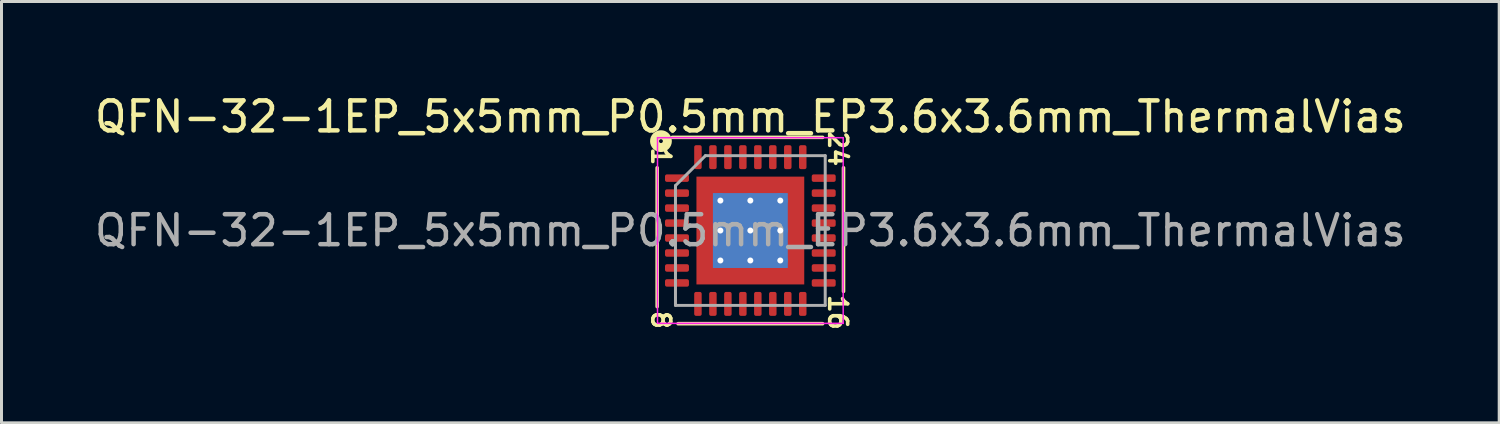
<source format=kicad_pcb>
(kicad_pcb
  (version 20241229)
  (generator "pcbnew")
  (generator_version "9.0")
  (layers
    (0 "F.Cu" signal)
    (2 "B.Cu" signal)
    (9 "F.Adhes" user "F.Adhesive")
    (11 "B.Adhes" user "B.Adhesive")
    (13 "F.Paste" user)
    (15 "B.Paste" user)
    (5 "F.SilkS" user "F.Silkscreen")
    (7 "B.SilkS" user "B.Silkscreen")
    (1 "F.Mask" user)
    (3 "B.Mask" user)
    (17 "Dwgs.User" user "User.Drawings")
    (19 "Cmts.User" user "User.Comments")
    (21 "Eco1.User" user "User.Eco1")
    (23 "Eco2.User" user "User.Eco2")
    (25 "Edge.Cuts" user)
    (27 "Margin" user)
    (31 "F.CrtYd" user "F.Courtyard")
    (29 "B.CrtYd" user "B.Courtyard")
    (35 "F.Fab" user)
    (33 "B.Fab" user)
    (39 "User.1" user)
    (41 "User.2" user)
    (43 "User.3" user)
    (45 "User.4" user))
  (footprint "QFN-32-1EP_5x5mm_P0.5mm_EP3.6x3.6mm_ThermalVias"
    (layer "F.Cu")
    (at 22.006 4.648)
    (property "Reference" "QFN-32-1EP_5x5mm_P0.5mm_EP3.6x3.6mm_ThermalVias" (at 0 -3.8 0) (layer "F.SilkS") (effects (font (size 1 1) (thickness 0.15))))
    (attr smd)
    (fp_line (start -3.111 -2.095) (end -3.111 2.54) (stroke (width 0.12) (type solid)) (layer "F.SilkS"))
    (fp_line (start -2.413 3.111) (end 2.413 3.111) (stroke (width 0.12) (type solid)) (layer "F.SilkS"))
    (fp_line (start 2.413 -3.111) (end -2.603 -3.111) (stroke (width 0.12) (type solid)) (layer "F.SilkS"))
    (fp_line (start 3.111 2.032) (end 3.111 -2.095) (stroke (width 0.12) (type solid)) (layer "F.SilkS"))
    (fp_circle (center -2.985 -2.985) (end -2.921 -2.985) (stroke (width 0.3) (type solid)) (fill no) (layer "F.SilkS"))
    (fp_line (start -3.1 -3.1) (end -3.1 3.1) (stroke (width 0.05) (type solid)) (layer "F.CrtYd"))
    (fp_line (start -3.1 3.1) (end 3.1 3.1) (stroke (width 0.05) (type solid)) (layer "F.CrtYd"))
    (fp_line (start 3.1 -3.1) (end -3.1 -3.1) (stroke (width 0.05) (type solid)) (layer "F.CrtYd"))
    (fp_line (start 3.1 3.1) (end 3.1 -3.1) (stroke (width 0.05) (type solid)) (layer "F.CrtYd"))
    (fp_line (start -2.5 -1.5) (end -1.5 -2.5) (stroke (width 0.1) (type solid)) (layer "F.Fab"))
    (fp_line (start -2.5 2.5) (end -2.5 -1.5) (stroke (width 0.1) (type solid)) (layer "F.Fab"))
    (fp_line (start -1.5 -2.5) (end 2.5 -2.5) (stroke (width 0.1) (type solid)) (layer "F.Fab"))
    (fp_line (start 2.5 -2.5) (end 2.5 2.5) (stroke (width 0.1) (type solid)) (layer "F.Fab"))
    (fp_line (start 2.5 2.5) (end -2.5 2.5) (stroke (width 0.1) (type solid)) (layer "F.Fab"))
    (fp_text user "24" (at 2.921 -2.731 270) (unlocked yes) (layer "F.SilkS") (effects (font (size 0.6 0.6) (thickness 0.12))))
    (fp_text user "16" (at 2.921 2.731 270) (unlocked yes) (layer "F.SilkS") (effects (font (size 0.6 0.6) (thickness 0.12))))
    (fp_text user "1" (at -2.985 -2.477 270) (unlocked yes) (layer "F.SilkS") (effects (font (size 0.6 0.6) (thickness 0.12))))
    (fp_text user "8" (at -2.985 2.985 270) (unlocked yes) (layer "F.SilkS") (effects (font (size 0.6 0.6) (thickness 0.12))))
    (fp_text user "${REFERENCE}" (at 0 0 0) (layer "F.Fab") (effects (font (size 1 1) (thickness 0.15))))
    (pad "" smd custom (at -1.4 -1.4) (size 0.555 0.555) (layers "F.Paste") (options (anchor circle)) (primitives (gr_poly (pts (xy 0.232 0.157) (xy 0.157 0.232) (xy -0.232 0.232) (xy -0.232 -0.232) (xy 0.232 -0.232)) (width 0.181) (fill yes))))
    (pad "" smd custom (at -1.4 -0.5) (size 0.568 0.568) (layers "F.Paste") (options (anchor circle)) (primitives (gr_poly (pts (xy 0.246 -0.263) (xy 0.246 0.263) (xy 0.182 0.326) (xy -0.246 0.326) (xy -0.246 -0.326) (xy 0.182 -0.326)) (width 0.153) (fill yes))))
    (pad "" smd custom (at -1.4 0.5) (size 0.568 0.568) (layers "F.Paste") (options (anchor circle)) (primitives (gr_poly (pts (xy 0.246 -0.263) (xy 0.246 0.263) (xy 0.182 0.326) (xy -0.246 0.326) (xy -0.246 -0.326) (xy 0.182 -0.326)) (width 0.153) (fill yes))))
    (pad "" smd custom (at -1.4 1.4) (size 0.555 0.555) (layers "F.Paste") (options (anchor circle)) (primitives (gr_poly (pts (xy 0.232 -0.157) (xy 0.232 0.232) (xy -0.232 0.232) (xy -0.232 -0.232) (xy 0.157 -0.232)) (width 0.181) (fill yes))))
    (pad "" smd custom (at -0.5 -1.4) (size 0.568 0.568) (layers "F.Paste") (options (anchor circle)) (primitives (gr_poly (pts (xy 0.326 0.182) (xy 0.263 0.246) (xy -0.263 0.246) (xy -0.326 0.182) (xy -0.326 -0.246) (xy 0.326 -0.246)) (width 0.153) (fill yes))))
    (pad "" smd roundrect (at -0.5 -0.5) (size 0.806 0.806) (layers "F.Paste") (roundrect_rratio 0.25))
    (pad "" smd roundrect (at -0.5 0.5) (size 0.806 0.806) (layers "F.Paste") (roundrect_rratio 0.25))
    (pad "" smd custom (at -0.5 1.4) (size 0.568 0.568) (layers "F.Paste") (options (anchor circle)) (primitives (gr_poly (pts (xy 0.326 -0.182) (xy 0.326 0.246) (xy -0.326 0.246) (xy -0.326 -0.182) (xy -0.263 -0.246) (xy 0.263 -0.246)) (width 0.153) (fill yes))))
    (pad "" smd custom (at 0.5 -1.4) (size 0.568 0.568) (layers "F.Paste") (options (anchor circle)) (primitives (gr_poly (pts (xy 0.326 0.182) (xy 0.263 0.246) (xy -0.263 0.246) (xy -0.326 0.182) (xy -0.326 -0.246) (xy 0.326 -0.246)) (width 0.153) (fill yes))))
    (pad "" smd roundrect (at 0.5 -0.5) (size 0.806 0.806) (layers "F.Paste") (roundrect_rratio 0.25))
    (pad "" smd roundrect (at 0.5 0.5) (size 0.806 0.806) (layers "F.Paste") (roundrect_rratio 0.25))
    (pad "" smd custom (at 0.5 1.4) (size 0.568 0.568) (layers "F.Paste") (options (anchor circle)) (primitives (gr_poly (pts (xy 0.326 -0.182) (xy 0.326 0.246) (xy -0.326 0.246) (xy -0.326 -0.182) (xy -0.263 -0.246) (xy 0.263 -0.246)) (width 0.153) (fill yes))))
    (pad "" smd custom (at 1.4 -1.4) (size 0.555 0.555) (layers "F.Paste") (options (anchor circle)) (primitives (gr_poly (pts (xy 0.232 0.232) (xy -0.157 0.232) (xy -0.232 0.157) (xy -0.232 -0.232) (xy 0.232 -0.232)) (width 0.181) (fill yes))))
    (pad "" smd custom (at 1.4 -0.5) (size 0.568 0.568) (layers "F.Paste") (options (anchor circle)) (primitives (gr_poly (pts (xy 0.246 0.326) (xy -0.182 0.326) (xy -0.246 0.263) (xy -0.246 -0.263) (xy -0.182 -0.326) (xy 0.246 -0.326)) (width 0.153) (fill yes))))
    (pad "" smd custom (at 1.4 0.5) (size 0.568 0.568) (layers "F.Paste") (options (anchor circle)) (primitives (gr_poly (pts (xy 0.246 0.326) (xy -0.182 0.326) (xy -0.246 0.263) (xy -0.246 -0.263) (xy -0.182 -0.326) (xy 0.246 -0.326)) (width 0.153) (fill yes))))
    (pad "" smd custom (at 1.4 1.4) (size 0.555 0.555) (layers "F.Paste") (options (anchor circle)) (primitives (gr_poly (pts (xy 0.232 0.232) (xy -0.232 0.232) (xy -0.232 -0.157) (xy -0.157 -0.232) (xy 0.232 -0.232)) (width 0.181) (fill yes))))
    (pad "1" smd roundrect (at -2.45 -1.75) (size 0.8 0.25) (layers "F.Cu" "F.Mask" "F.Paste") (roundrect_rratio 0.25))
    (pad "2" smd roundrect (at -2.45 -1.25) (size 0.8 0.25) (layers "F.Cu" "F.Mask" "F.Paste") (roundrect_rratio 0.25))
    (pad "3" smd roundrect (at -2.45 -0.75) (size 0.8 0.25) (layers "F.Cu" "F.Mask" "F.Paste") (roundrect_rratio 0.25))
    (pad "4" smd roundrect (at -2.45 -0.25) (size 0.8 0.25) (layers "F.Cu" "F.Mask" "F.Paste") (roundrect_rratio 0.25))
    (pad "5" smd roundrect (at -2.45 0.25) (size 0.8 0.25) (layers "F.Cu" "F.Mask" "F.Paste") (roundrect_rratio 0.25))
    (pad "6" smd roundrect (at -2.45 0.75) (size 0.8 0.25) (layers "F.Cu" "F.Mask" "F.Paste") (roundrect_rratio 0.25))
    (pad "7" smd roundrect (at -2.45 1.25) (size 0.8 0.25) (layers "F.Cu" "F.Mask" "F.Paste") (roundrect_rratio 0.25))
    (pad "8" smd roundrect (at -2.45 1.75) (size 0.8 0.25) (layers "F.Cu" "F.Mask" "F.Paste") (roundrect_rratio 0.25))
    (pad "9" smd roundrect (at -1.75 2.45) (size 0.25 0.8) (layers "F.Cu" "F.Mask" "F.Paste") (roundrect_rratio 0.25))
    (pad "10" smd roundrect (at -1.25 2.45) (size 0.25 0.8) (layers "F.Cu" "F.Mask" "F.Paste") (roundrect_rratio 0.25))
    (pad "11" smd roundrect (at -0.75 2.45) (size 0.25 0.8) (layers "F.Cu" "F.Mask" "F.Paste") (roundrect_rratio 0.25))
    (pad "12" smd roundrect (at -0.25 2.45) (size 0.25 0.8) (layers "F.Cu" "F.Mask" "F.Paste") (roundrect_rratio 0.25))
    (pad "13" smd roundrect (at 0.25 2.45) (size 0.25 0.8) (layers "F.Cu" "F.Mask" "F.Paste") (roundrect_rratio 0.25))
    (pad "14" smd roundrect (at 0.75 2.45) (size 0.25 0.8) (layers "F.Cu" "F.Mask" "F.Paste") (roundrect_rratio 0.25))
    (pad "15" smd roundrect (at 1.25 2.45) (size 0.25 0.8) (layers "F.Cu" "F.Mask" "F.Paste") (roundrect_rratio 0.25))
    (pad "16" smd roundrect (at 1.75 2.45) (size 0.25 0.8) (layers "F.Cu" "F.Mask" "F.Paste") (roundrect_rratio 0.25))
    (pad "17" smd roundrect (at 2.45 1.75) (size 0.8 0.25) (layers "F.Cu" "F.Mask" "F.Paste") (roundrect_rratio 0.25))
    (pad "18" smd roundrect (at 2.45 1.25) (size 0.8 0.25) (layers "F.Cu" "F.Mask" "F.Paste") (roundrect_rratio 0.25))
    (pad "19" smd roundrect (at 2.45 0.75) (size 0.8 0.25) (layers "F.Cu" "F.Mask" "F.Paste") (roundrect_rratio 0.25))
    (pad "20" smd roundrect (at 2.45 0.25) (size 0.8 0.25) (layers "F.Cu" "F.Mask" "F.Paste") (roundrect_rratio 0.25))
    (pad "21" smd roundrect (at 2.45 -0.25) (size 0.8 0.25) (layers "F.Cu" "F.Mask" "F.Paste") (roundrect_rratio 0.25))
    (pad "22" smd roundrect (at 2.45 -0.75) (size 0.8 0.25) (layers "F.Cu" "F.Mask" "F.Paste") (roundrect_rratio 0.25))
    (pad "23" smd roundrect (at 2.45 -1.25) (size 0.8 0.25) (layers "F.Cu" "F.Mask" "F.Paste") (roundrect_rratio 0.25))
    (pad "24" smd roundrect (at 2.45 -1.75) (size 0.8 0.25) (layers "F.Cu" "F.Mask" "F.Paste") (roundrect_rratio 0.25))
    (pad "25" smd roundrect (at 1.75 -2.45) (size 0.25 0.8) (layers "F.Cu" "F.Mask" "F.Paste") (roundrect_rratio 0.25))
    (pad "26" smd roundrect (at 1.25 -2.45) (size 0.25 0.8) (layers "F.Cu" "F.Mask" "F.Paste") (roundrect_rratio 0.25))
    (pad "27" smd roundrect (at 0.75 -2.45) (size 0.25 0.8) (layers "F.Cu" "F.Mask" "F.Paste") (roundrect_rratio 0.25))
    (pad "28" smd roundrect (at 0.25 -2.45) (size 0.25 0.8) (layers "F.Cu" "F.Mask" "F.Paste") (roundrect_rratio 0.25))
    (pad "29" smd roundrect (at -0.25 -2.45) (size 0.25 0.8) (layers "F.Cu" "F.Mask" "F.Paste") (roundrect_rratio 0.25))
    (pad "30" smd roundrect (at -0.75 -2.45) (size 0.25 0.8) (layers "F.Cu" "F.Mask" "F.Paste") (roundrect_rratio 0.25))
    (pad "31" smd roundrect (at -1.25 -2.45) (size 0.25 0.8) (layers "F.Cu" "F.Mask" "F.Paste") (roundrect_rratio 0.25))
    (pad "32" smd roundrect (at -1.75 -2.45) (size 0.25 0.8) (layers "F.Cu" "F.Mask" "F.Paste") (roundrect_rratio 0.25))
    (pad "33" thru_hole circle (at -1 -1) (size 0.5 0.5) (drill 0.2) (layers "*.Cu"))
    (pad "33" thru_hole circle (at -1 0) (size 0.5 0.5) (drill 0.2) (layers "*.Cu"))
    (pad "33" thru_hole circle (at -1 1) (size 0.5 0.5) (drill 0.2) (layers "*.Cu"))
    (pad "33" thru_hole circle (at 0 -1) (size 0.5 0.5) (drill 0.2) (layers "*.Cu"))
    (pad "33" thru_hole circle (at 0 0) (size 0.5 0.5) (drill 0.2) (layers "*.Cu"))
    (pad "33" smd rect (at 0 0) (size 2.5 2.5) (layers "B.Cu" "B.Mask"))
    (pad "33" smd rect (at 0 0) (size 3.6 3.6) (layers "F.Cu" "F.Mask"))
    (pad "33" thru_hole circle (at 0 1) (size 0.5 0.5) (drill 0.2) (layers "*.Cu"))
    (pad "33" thru_hole circle (at 1 -1) (size 0.5 0.5) (drill 0.2) (layers "*.Cu"))
    (pad "33" thru_hole circle (at 1 0) (size 0.5 0.5) (drill 0.2) (layers "*.Cu"))
    (pad "33" thru_hole circle (at 1 1) (size 0.5 0.5) (drill 0.2) (layers "*.Cu")))
  (gr_rect
    (start -3 -3)
    (end 47.012 11.07)
    (stroke (width 0.1) (type default))
    (fill no)
    (layer "Edge.Cuts")))
</source>
